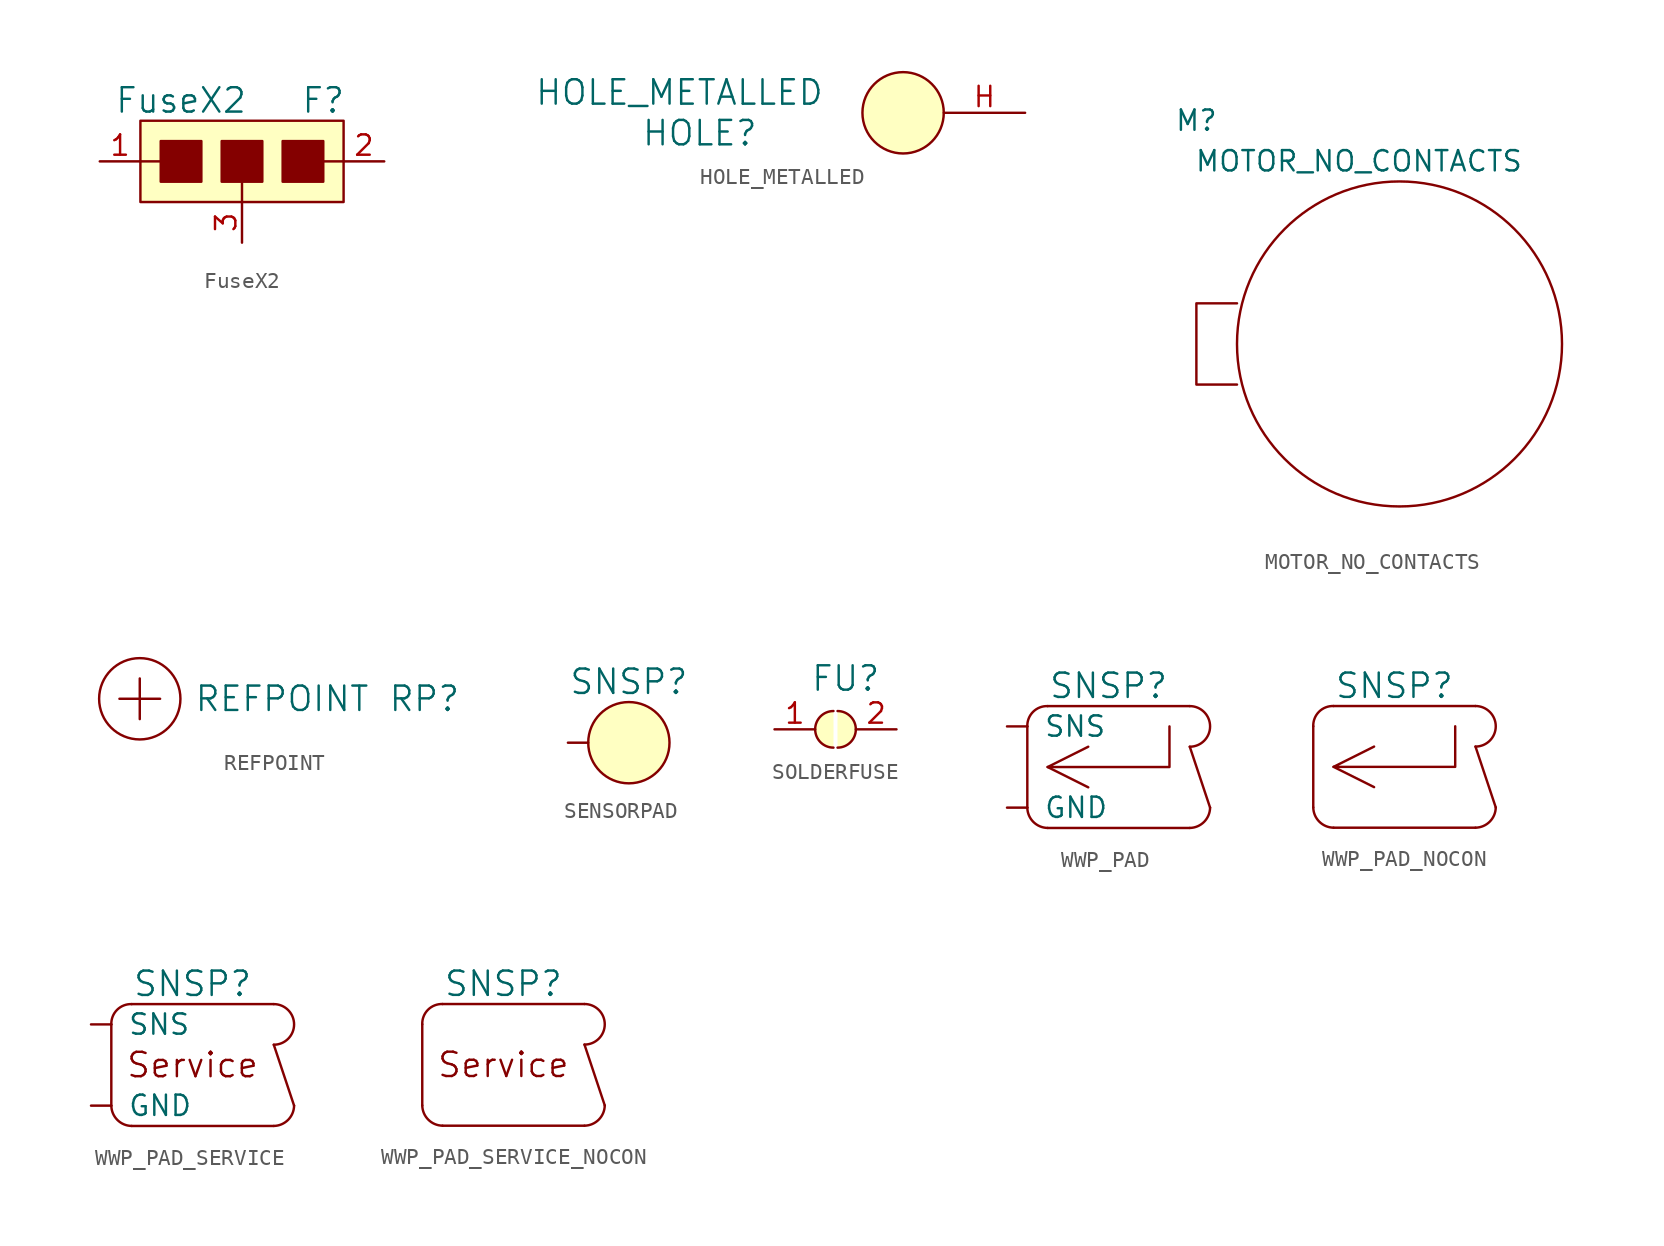
<source format=kicad_sym>
(kicad_symbol_lib
  (version 20211014)
  (generator kicad_symbol_editor)
  (symbol "FuseX2"
    (pin_names
      (offset 1.016))
    (property "Reference" "F"
      (at 5.08 3.81 0)
      (effects (font (size 1.524 1.524))))
    (property "Value" "FuseX2"
      (at -3.81 3.81 0)
      (effects (font (size 1.524 1.524))))
    (property "Footprint" ""
      (at 0 0 0)
      (effects (font (size 1.524 1.524))))
    (property "Datasheet" ""
      (at 0 0 0)
      (effects (font (size 1.524 1.524))))
    (symbol "FuseX2_0_1"
      (rectangle (start -6.35 2.54) (end 6.35 -2.54) (stroke (width 0) (type default) (color 0 0 0 0)) (fill (type background)))
      (rectangle (start -2.54 1.27) (end -5.08 -1.27) (stroke (width 0) (type default) (color 0 0 0 0)) (fill (type outline)))
      (rectangle (start -1.27 1.27) (end 1.27 -1.27) (stroke (width 0) (type default) (color 0 0 0 0)) (fill (type outline)))
      (polyline (pts (xy -6.35 0) (xy -5.08 0)) (stroke (width 0) (type default) (color 0 0 0 0)) (fill (type none)))
      (polyline (pts (xy 0 -1.27) (xy 0 -2.54)) (stroke (width 0) (type default) (color 0 0 0 0)) (fill (type none)))
      (polyline (pts (xy 5.08 0) (xy 6.35 0)) (stroke (width 0) (type default) (color 0 0 0 0)) (fill (type none)))
      (rectangle (start 2.54 1.27) (end 5.08 -1.27) (stroke (width 0) (type default) (color 0 0 0 0)) (fill (type outline))))
    (symbol "FuseX2_1_1"
      (pin passive line (at -8.89 0 0) (length 2.54) (name "~" (effects (font (size 1.27 1.27)))) (number "1" (effects (font (size 1.27 1.27)))))
      (pin passive line (at 8.89 0 180) (length 2.54) (name "~" (effects (font (size 1.27 1.27)))) (number "2" (effects (font (size 1.27 1.27)))))
      (pin passive line (at 0 -5.08 90) (length 2.54) (name "~" (effects (font (size 1.27 1.27)))) (number "3" (effects (font (size 1.27 1.27)))))))
  (symbol "HOLE_METALLED"
    (pin_names
      (offset 1.016))
    (property "Reference" "HOLE"
      (at -12.7 -1.27 0)
      (effects (font (size 1.524 1.524))))
    (property "Value" "HOLE_METALLED"
      (at -13.97 1.27 0)
      (effects (font (size 1.524 1.524))))
    (symbol "HOLE_METALLED_0_1"
      (circle (center 0 0) (radius 2.54) (stroke (width 0) (type default) (color 0 0 0 0)) (fill (type background))))
    (symbol "HOLE_METALLED_1_1"
      (pin passive line (at 7.62 0 180) (length 5.08) (name "~" (effects (font (size 1.27 1.27)))) (number "H" (effects (font (size 1.27 1.27)))))))
  (symbol "MOTOR_NO_CONTACTS"
    (pin_names
      (offset 1.016))
    (property "Reference" "M"
      (at -12.7 13.97 0)
      (effects (font (size 1.27 1.27))))
    (property "Value" "MOTOR_NO_CONTACTS"
      (at -2.54 11.43 0)
      (effects (font (size 1.27 1.27))))
    (symbol "MOTOR_NO_CONTACTS_0_1"
      (polyline (pts (xy -10.16 -2.54) (xy -12.7 -2.54) (xy -12.7 2.54) (xy -10.16 2.54)) (stroke (width 0) (type default) (color 0 0 0 0)) (fill (type none)))
      (circle (center 0 0) (radius 10.16) (stroke (width 0) (type default) (color 0 0 0 0)) (fill (type none)))))
  (symbol "REFPOINT"
    (pin_names
      (offset 1.016))
    (property "Reference" "RP"
      (at 17.78 0 0)
      (effects (font (size 1.524 1.524))))
    (property "Value" "REFPOINT"
      (at 8.89 0 0)
      (effects (font (size 1.524 1.524))))
    (symbol "REFPOINT_0_1"
      (polyline (pts (xy -1.27 0) (xy 1.27 0) (xy 1.27 0)) (stroke (width 0) (type default) (color 0 0 0 0)) (fill (type none)))
      (polyline (pts (xy 0 1.27) (xy 0 -1.27) (xy 0 -1.27)) (stroke (width 0) (type default) (color 0 0 0 0)) (fill (type none)))
      (circle (center 0 0) (radius 2.54) (stroke (width 0) (type default) (color 0 0 0 0)) (fill (type none))))
    (symbol "REFPOINT_1_1"
      (pin no_connect line (at -1.27 0 0) (length 2.54) hide (name "~" (effects (font (size 1.27 1.27)))) (number "REF" (effects (font (size 1.27 1.27)))))))
  (symbol "SENSORPAD"
    (pin_numbers hide)
    (pin_names
      (offset 1.016))
    (property "Reference" "SNSP"
      (at 0 3.81 0)
      (effects (font (size 1.524 1.524))))
    (property "Footprint" ""
      (at 0 0 0)
      (effects (font (size 1.524 1.524))))
    (property "Datasheet" ""
      (at 0 0 0)
      (effects (font (size 1.524 1.524))))
    (symbol "SENSORPAD_0_1"
      (circle (center 0 0) (radius 2.54) (stroke (width 0) (type default) (color 0 0 0 0)) (fill (type background))))
    (symbol "SENSORPAD_1_1"
      (pin passive line (at -3.81 0 0) (length 1.27) (name "~" (effects (font (size 1.27 1.27)))) (number "1" (effects (font (size 1.27 1.27)))))))
  (symbol "SOLDERFUSE"
    (pin_names
      (offset 1.016))
    (property "Reference" "FU"
      (at 0.635 3.175 0)
      (effects (font (size 1.524 1.524))))
    (property "Footprint" ""
      (at 0 0 0)
      (effects (font (size 1.524 1.524))))
    (property "Datasheet" ""
      (at 0 0 0)
      (effects (font (size 1.524 1.524))))
    (symbol "SOLDERFUSE_0_1"
      (arc (start -0.127 1.143) (mid -1.27 0) (end -0.127 -1.143) (stroke (width 0) (type default) (color 0 0 0 0)) (fill (type background)))
      (arc (start 0.127 -1.143) (mid 1.27 0) (end 0.127 1.143) (stroke (width 0) (type default) (color 0 0 0 0)) (fill (type background))))
    (symbol "SOLDERFUSE_1_1"
      (pin passive line (at -3.81 0 0) (length 2.54) (name "~" (effects (font (size 1.27 1.27)))) (number "1" (effects (font (size 1.27 1.27)))))
      (pin passive line (at 3.81 0 180) (length 2.54) (name "~" (effects (font (size 1.27 1.27)))) (number "2" (effects (font (size 1.27 1.27)))))))
  (symbol "WWP_PAD"
    (pin_numbers hide)
    (pin_names
      (offset 1.016))
    (property "Reference" "SNSP"
      (at 0 5.08 0)
      (effects (font (size 1.524 1.524))))
    (property "Footprint" ""
      (at 0 0 0)
      (effects (font (size 1.524 1.524))))
    (property "Datasheet" ""
      (at 0 0 0)
      (effects (font (size 1.524 1.524))))
    (symbol "WWP_PAD_0_1"
      (arc (start -5.08 -2.54) (mid -4.7027 -3.4327) (end -3.81 -3.81) (stroke (width 0) (type default) (color 0 0 0 0)) (fill (type none)))
      (arc (start -3.81 3.81) (mid -4.7209 3.4509) (end -5.08 2.54) (stroke (width 0) (type default) (color 0 0 0 0)) (fill (type none)))
      (polyline (pts (xy -5.08 2.54) (xy -5.08 -2.54) (xy -5.08 -2.54)) (stroke (width 0) (type default) (color 0 0 0 0)) (fill (type none)))
      (polyline (pts (xy -3.81 -3.81) (xy 5.08 -3.81) (xy 5.08 -3.81)) (stroke (width 0) (type default) (color 0 0 0 0)) (fill (type none)))
      (polyline (pts (xy -3.81 0) (xy -1.27 -1.27) (xy -1.27 -1.27)) (stroke (width 0) (type default) (color 0 0 0 0)) (fill (type none)))
      (polyline (pts (xy 5.08 1.27) (xy 6.35 -2.54) (xy 6.35 -2.54)) (stroke (width 0) (type default) (color 0 0 0 0)) (fill (type none)))
      (polyline (pts (xy 5.08 3.81) (xy -3.81 3.81) (xy -3.81 3.81)) (stroke (width 0) (type default) (color 0 0 0 0)) (fill (type none)))
      (polyline (pts (xy 3.81 2.54) (xy 3.81 0) (xy -3.81 0) (xy -1.27 1.27) (xy -1.27 1.27)) (stroke (width 0) (type default) (color 0 0 0 0)) (fill (type none)))
      (arc (start 5.08 -3.81) (mid 5.9727 -3.4327) (end 6.35 -2.54) (stroke (width 0) (type default) (color 0 0 0 0)) (fill (type none)))
      (arc (start 5.08 1.27) (mid 6.35 2.54) (end 5.08 3.81) (stroke (width 0) (type default) (color 0 0 0 0)) (fill (type none))))
    (symbol "WWP_PAD_1_1"
      (pin passive line (at -6.35 2.54 0) (length 1.27) (name "SNS" (effects (font (size 1.27 1.27)))) (number "1" (effects (font (size 1.27 1.27)))))
      (pin passive line (at -6.35 -2.54 0) (length 1.27) (name "GND" (effects (font (size 1.27 1.27)))) (number "GND" (effects (font (size 1.27 1.27)))))))
  (symbol "WWP_PAD_NOCON"
    (pin_numbers hide)
    (pin_names
      (offset 1.016))
    (property "Reference" "SNSP"
      (at 0 5.08 0)
      (effects (font (size 1.524 1.524))))
    (property "Footprint" ""
      (at 0 0 0)
      (effects (font (size 1.524 1.524))))
    (property "Datasheet" ""
      (at 0 0 0)
      (effects (font (size 1.524 1.524))))
    (symbol "WWP_PAD_NOCON_0_1"
      (arc (start -5.08 -2.54) (mid -4.7027 -3.4327) (end -3.81 -3.81) (stroke (width 0) (type default) (color 0 0 0 0)) (fill (type none)))
      (arc (start -3.81 3.81) (mid -4.7209 3.4509) (end -5.08 2.54) (stroke (width 0) (type default) (color 0 0 0 0)) (fill (type none)))
      (polyline (pts (xy -5.08 2.54) (xy -5.08 -2.54) (xy -5.08 -2.54)) (stroke (width 0) (type default) (color 0 0 0 0)) (fill (type none)))
      (polyline (pts (xy -3.81 -3.81) (xy 5.08 -3.81) (xy 5.08 -3.81)) (stroke (width 0) (type default) (color 0 0 0 0)) (fill (type none)))
      (polyline (pts (xy -3.81 0) (xy -1.27 -1.27) (xy -1.27 -1.27)) (stroke (width 0) (type default) (color 0 0 0 0)) (fill (type none)))
      (polyline (pts (xy 5.08 1.27) (xy 6.35 -2.54) (xy 6.35 -2.54)) (stroke (width 0) (type default) (color 0 0 0 0)) (fill (type none)))
      (polyline (pts (xy 5.08 3.81) (xy -3.81 3.81) (xy -3.81 3.81)) (stroke (width 0) (type default) (color 0 0 0 0)) (fill (type none)))
      (polyline (pts (xy 3.81 2.54) (xy 3.81 0) (xy -3.81 0) (xy -1.27 1.27) (xy -1.27 1.27)) (stroke (width 0) (type default) (color 0 0 0 0)) (fill (type none)))
      (arc (start 5.08 -3.81) (mid 5.9727 -3.4327) (end 6.35 -2.54) (stroke (width 0) (type default) (color 0 0 0 0)) (fill (type none)))
      (arc (start 5.08 1.27) (mid 6.35 2.54) (end 5.08 3.81) (stroke (width 0) (type default) (color 0 0 0 0)) (fill (type none)))))
  (symbol "WWP_PAD_SERVICE"
    (pin_numbers hide)
    (pin_names
      (offset 1.016))
    (property "Reference" "SNSP"
      (at 0 5.08 0)
      (effects (font (size 1.524 1.524))))
    (property "Footprint" ""
      (at 0 0 0)
      (effects (font (size 1.524 1.524))))
    (property "Datasheet" ""
      (at 0 0 0)
      (effects (font (size 1.524 1.524))))
    (symbol "WWP_PAD_SERVICE_0_0"
      (text "Service" (at 0 0 0) (effects (font (size 1.524 1.524)))))
    (symbol "WWP_PAD_SERVICE_0_1"
      (arc (start -5.08 -2.54) (mid -4.7027 -3.4327) (end -3.81 -3.81) (stroke (width 0) (type default) (color 0 0 0 0)) (fill (type none)))
      (arc (start -3.81 3.81) (mid -4.7209 3.4509) (end -5.08 2.54) (stroke (width 0) (type default) (color 0 0 0 0)) (fill (type none)))
      (polyline (pts (xy -5.08 2.54) (xy -5.08 -2.54) (xy -5.08 -2.54)) (stroke (width 0) (type default) (color 0 0 0 0)) (fill (type none)))
      (polyline (pts (xy -3.81 -3.81) (xy 5.08 -3.81) (xy 5.08 -3.81)) (stroke (width 0) (type default) (color 0 0 0 0)) (fill (type none)))
      (polyline (pts (xy 5.08 1.27) (xy 6.35 -2.54) (xy 6.35 -2.54)) (stroke (width 0) (type default) (color 0 0 0 0)) (fill (type none)))
      (polyline (pts (xy 5.08 3.81) (xy -3.81 3.81) (xy -3.81 3.81)) (stroke (width 0) (type default) (color 0 0 0 0)) (fill (type none)))
      (arc (start 5.08 -3.81) (mid 5.9727 -3.4327) (end 6.35 -2.54) (stroke (width 0) (type default) (color 0 0 0 0)) (fill (type none)))
      (arc (start 5.08 1.27) (mid 6.35 2.54) (end 5.08 3.81) (stroke (width 0) (type default) (color 0 0 0 0)) (fill (type none))))
    (symbol "WWP_PAD_SERVICE_1_1"
      (pin passive line (at -6.35 2.54 0) (length 1.27) (name "SNS" (effects (font (size 1.27 1.27)))) (number "1" (effects (font (size 1.27 1.27)))))
      (pin passive line (at -6.35 -2.54 0) (length 1.27) (name "GND" (effects (font (size 1.27 1.27)))) (number "GND" (effects (font (size 1.27 1.27)))))))
  (symbol "WWP_PAD_SERVICE_NOCON"
    (pin_numbers hide)
    (pin_names
      (offset 1.016))
    (property "Reference" "SNSP"
      (at 0 5.08 0)
      (effects (font (size 1.524 1.524))))
    (property "Footprint" ""
      (at 0 0 0)
      (effects (font (size 1.524 1.524))))
    (property "Datasheet" ""
      (at 0 0 0)
      (effects (font (size 1.524 1.524))))
    (symbol "WWP_PAD_SERVICE_NOCON_0_0"
      (text "Service" (at 0 0 0) (effects (font (size 1.524 1.524)))))
    (symbol "WWP_PAD_SERVICE_NOCON_0_1"
      (arc (start -5.08 -2.54) (mid -4.7027 -3.4327) (end -3.81 -3.81) (stroke (width 0) (type default) (color 0 0 0 0)) (fill (type none)))
      (arc (start -3.81 3.81) (mid -4.7209 3.4509) (end -5.08 2.54) (stroke (width 0) (type default) (color 0 0 0 0)) (fill (type none)))
      (polyline (pts (xy -5.08 2.54) (xy -5.08 -2.54) (xy -5.08 -2.54)) (stroke (width 0) (type default) (color 0 0 0 0)) (fill (type none)))
      (polyline (pts (xy -3.81 -3.81) (xy 5.08 -3.81) (xy 5.08 -3.81)) (stroke (width 0) (type default) (color 0 0 0 0)) (fill (type none)))
      (polyline (pts (xy 5.08 1.27) (xy 6.35 -2.54) (xy 6.35 -2.54)) (stroke (width 0) (type default) (color 0 0 0 0)) (fill (type none)))
      (polyline (pts (xy 5.08 3.81) (xy -3.81 3.81) (xy -3.81 3.81)) (stroke (width 0) (type default) (color 0 0 0 0)) (fill (type none)))
      (arc (start 5.08 -3.81) (mid 5.9727 -3.4327) (end 6.35 -2.54) (stroke (width 0) (type default) (color 0 0 0 0)) (fill (type none)))
      (arc (start 5.08 1.27) (mid 6.35 2.54) (end 5.08 3.81) (stroke (width 0) (type default) (color 0 0 0 0)) (fill (type none))))))
</source>
